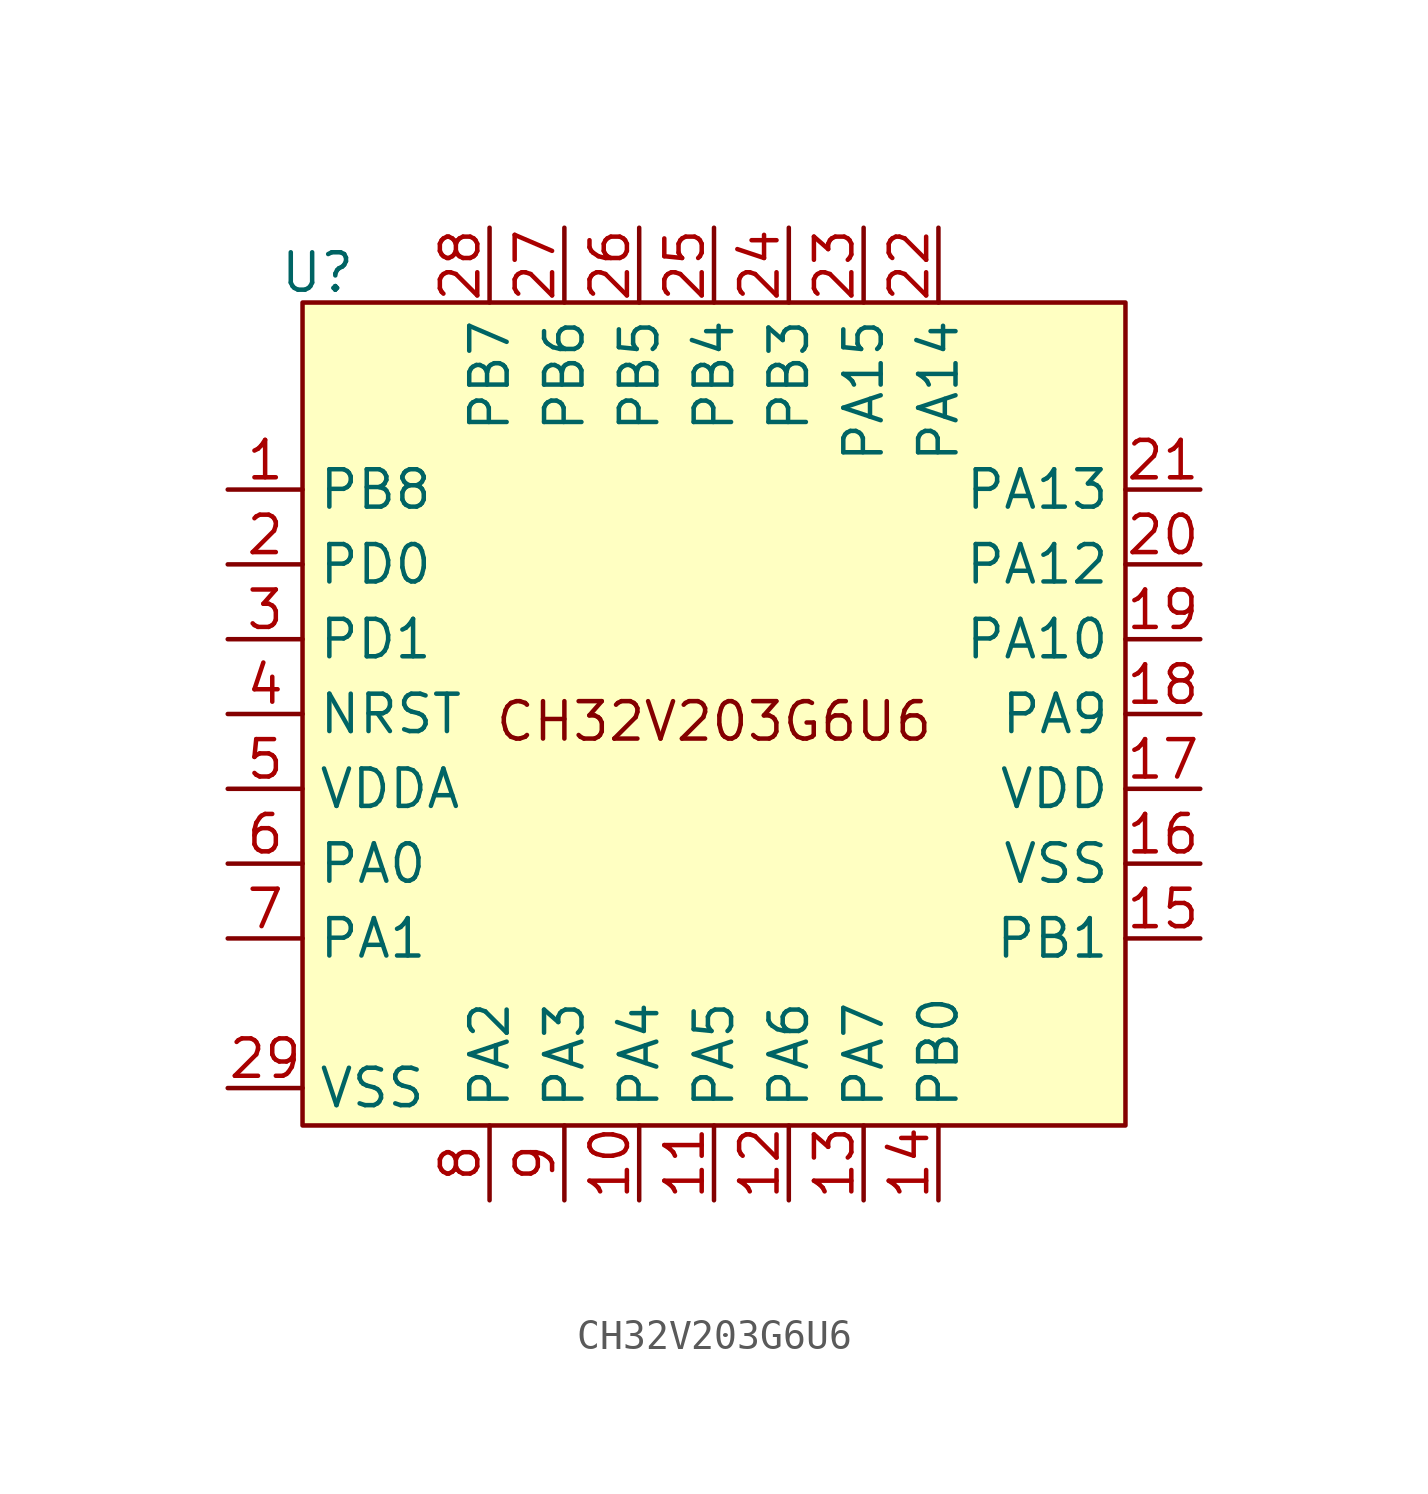
<source format=kicad_sym>
(kicad_symbol_lib
  (version 20231120)
  (generator "kicad_symbol_editor")
  (generator_version "8.0")
  (symbol "CH32V203G6U6"
    (property "Reference" "U"
      (at -13.462 14.986 0)
      (effects (font (size 1.27 1.27))))
    (property "Value" ""
      (at -3.81 3.81 0)
      (effects (font (size 1.27 1.27))))
    (symbol "CH32V203G6U6_1_1"
      (rectangle (start -13.97 13.97) (end 13.97 -13.97) (stroke (width 0) (type default)) (fill (type background)))
      (text "CH32V203G6U6" (at 0 -0.254 0) (effects (font (size 1.27 1.27))))
      (pin bidirectional line (at -16.51 7.62 0) (length 2.54) (name "PB8" (effects (font (size 1.27 1.27)))) (number "1" (effects (font (size 1.27 1.27)))))
      (pin bidirectional line (at -2.54 -16.51 90) (length 2.54) (name "PA4" (effects (font (size 1.27 1.27)))) (number "10" (effects (font (size 1.27 1.27)))))
      (pin bidirectional line (at 0 -16.51 90) (length 2.54) (name "PA5" (effects (font (size 1.27 1.27)))) (number "11" (effects (font (size 1.27 1.27)))))
      (pin bidirectional line (at 2.54 -16.51 90) (length 2.54) (name "PA6" (effects (font (size 1.27 1.27)))) (number "12" (effects (font (size 1.27 1.27)))))
      (pin bidirectional line (at 5.08 -16.51 90) (length 2.54) (name "PA7" (effects (font (size 1.27 1.27)))) (number "13" (effects (font (size 1.27 1.27)))))
      (pin bidirectional line (at 7.62 -16.51 90) (length 2.54) (name "PB0" (effects (font (size 1.27 1.27)))) (number "14" (effects (font (size 1.27 1.27)))))
      (pin bidirectional line (at 16.51 -7.62 180) (length 2.54) (name "PB1" (effects (font (size 1.27 1.27)))) (number "15" (effects (font (size 1.27 1.27)))))
      (pin power_in line (at 16.51 -5.08 180) (length 2.54) (name "VSS" (effects (font (size 1.27 1.27)))) (number "16" (effects (font (size 1.27 1.27)))))
      (pin power_in line (at 16.51 -2.54 180) (length 2.54) (name "VDD" (effects (font (size 1.27 1.27)))) (number "17" (effects (font (size 1.27 1.27)))))
      (pin bidirectional line (at 16.51 0 180) (length 2.54) (name "PA9" (effects (font (size 1.27 1.27)))) (number "18" (effects (font (size 1.27 1.27)))))
      (pin bidirectional line (at 16.51 2.54 180) (length 2.54) (name "PA10" (effects (font (size 1.27 1.27)))) (number "19" (effects (font (size 1.27 1.27)))))
      (pin bidirectional line (at -16.51 5.08 0) (length 2.54) (name "PD0" (effects (font (size 1.27 1.27)))) (number "2" (effects (font (size 1.27 1.27)))))
      (pin bidirectional line (at 16.51 5.08 180) (length 2.54) (name "PA12" (effects (font (size 1.27 1.27)))) (number "20" (effects (font (size 1.27 1.27)))))
      (pin bidirectional line (at 16.51 7.62 180) (length 2.54) (name "PA13" (effects (font (size 1.27 1.27)))) (number "21" (effects (font (size 1.27 1.27)))))
      (pin bidirectional line (at 7.62 16.51 270) (length 2.54) (name "PA14" (effects (font (size 1.27 1.27)))) (number "22" (effects (font (size 1.27 1.27)))))
      (pin bidirectional line (at 5.08 16.51 270) (length 2.54) (name "PA15" (effects (font (size 1.27 1.27)))) (number "23" (effects (font (size 1.27 1.27)))))
      (pin bidirectional line (at 2.54 16.51 270) (length 2.54) (name "PB3" (effects (font (size 1.27 1.27)))) (number "24" (effects (font (size 1.27 1.27)))))
      (pin bidirectional line (at 0 16.51 270) (length 2.54) (name "PB4" (effects (font (size 1.27 1.27)))) (number "25" (effects (font (size 1.27 1.27)))))
      (pin bidirectional line (at -2.54 16.51 270) (length 2.54) (name "PB5" (effects (font (size 1.27 1.27)))) (number "26" (effects (font (size 1.27 1.27)))))
      (pin bidirectional line (at -5.08 16.51 270) (length 2.54) (name "PB6" (effects (font (size 1.27 1.27)))) (number "27" (effects (font (size 1.27 1.27)))))
      (pin bidirectional line (at -7.62 16.51 270) (length 2.54) (name "PB7" (effects (font (size 1.27 1.27)))) (number "28" (effects (font (size 1.27 1.27)))))
      (pin power_in line (at -16.51 -12.7 0) (length 2.54) (name "VSS" (effects (font (size 1.27 1.27)))) (number "29" (effects (font (size 1.27 1.27)))))
      (pin bidirectional line (at -16.51 2.54 0) (length 2.54) (name "PD1" (effects (font (size 1.27 1.27)))) (number "3" (effects (font (size 1.27 1.27)))))
      (pin input line (at -16.51 0 0) (length 2.54) (name "NRST" (effects (font (size 1.27 1.27)))) (number "4" (effects (font (size 1.27 1.27)))))
      (pin bidirectional line (at -16.51 -2.54 0) (length 2.54) (name "VDDA" (effects (font (size 1.27 1.27)))) (number "5" (effects (font (size 1.27 1.27)))))
      (pin bidirectional line (at -16.51 -5.08 0) (length 2.54) (name "PA0" (effects (font (size 1.27 1.27)))) (number "6" (effects (font (size 1.27 1.27)))))
      (pin bidirectional line (at -16.51 -7.62 0) (length 2.54) (name "PA1" (effects (font (size 1.27 1.27)))) (number "7" (effects (font (size 1.27 1.27)))))
      (pin power_in line (at -7.62 -16.51 90) (length 2.54) (name "PA2" (effects (font (size 1.27 1.27)))) (number "8" (effects (font (size 1.27 1.27)))))
      (pin bidirectional line (at -5.08 -16.51 90) (length 2.54) (name "PA3" (effects (font (size 1.27 1.27)))) (number "9" (effects (font (size 1.27 1.27))))))))
</source>
